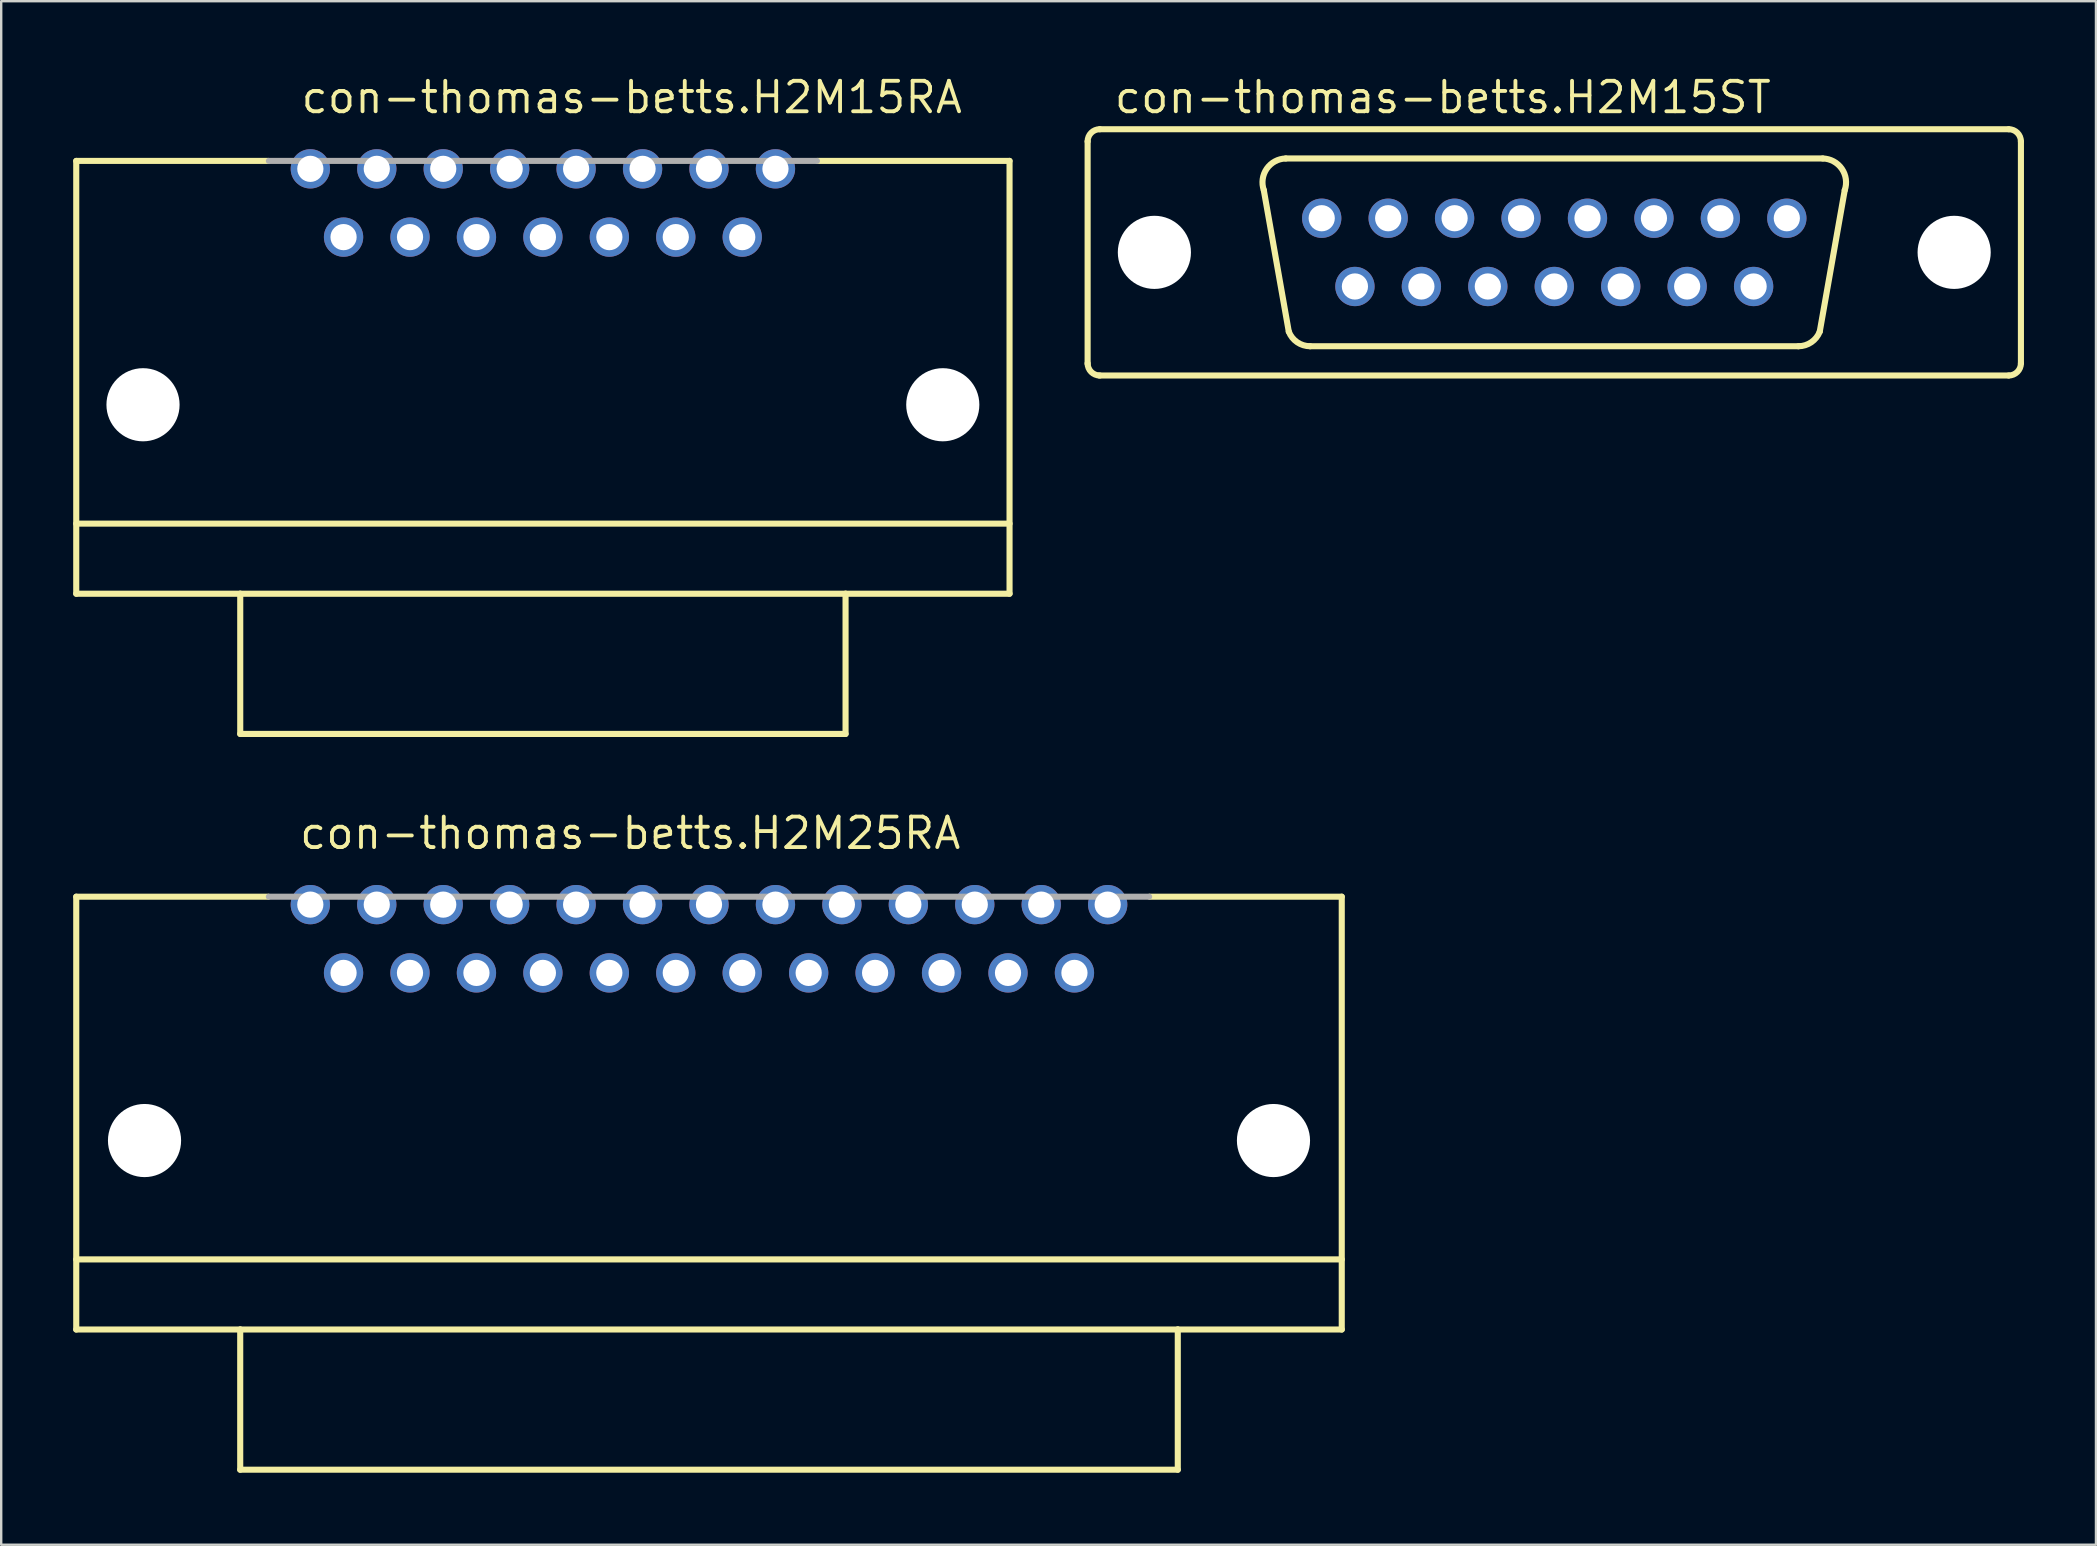
<source format=kicad_pcb>
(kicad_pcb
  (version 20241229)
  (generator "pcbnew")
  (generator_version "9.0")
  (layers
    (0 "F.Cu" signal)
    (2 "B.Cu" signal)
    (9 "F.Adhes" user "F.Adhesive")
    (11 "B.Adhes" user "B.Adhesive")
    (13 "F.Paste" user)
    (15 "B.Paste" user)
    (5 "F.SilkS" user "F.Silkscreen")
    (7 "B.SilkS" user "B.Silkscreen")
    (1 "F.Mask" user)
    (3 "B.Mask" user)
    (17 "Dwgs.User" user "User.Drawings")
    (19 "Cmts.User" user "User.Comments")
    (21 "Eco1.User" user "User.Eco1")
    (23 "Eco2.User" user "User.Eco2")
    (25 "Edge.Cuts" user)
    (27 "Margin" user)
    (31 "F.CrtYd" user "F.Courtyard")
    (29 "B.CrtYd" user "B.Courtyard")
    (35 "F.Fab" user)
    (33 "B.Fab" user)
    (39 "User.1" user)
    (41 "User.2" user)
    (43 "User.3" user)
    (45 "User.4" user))
  (footprint "con-thomas-betts.H2M15ST"
    (layer "F.Cu")
    (at 61.712 7.465)
    (property "Reference" "con-thomas-betts.H2M15ST" (at -18.415 -5.715 0) (layer "F.SilkS") (effects (font (size 1.27 1.27) (thickness 0.16)) (justify left bottom)))
    (attr through_hole)
    (fp_line (start -19.444 4.648) (end -19.444 -4.623) (stroke (width 0.254) (type default)) (layer "F.SilkS"))
    (fp_line (start -18.936 -5.131) (end 18.936 -5.131) (stroke (width 0.254) (type default)) (layer "F.SilkS"))
    (fp_line (start -11.062 3.302) (end -12.103 -2.591) (stroke (width 0.254) (type default)) (layer "F.SilkS"))
    (fp_line (start 10.173 3.912) (end -10.173 3.912) (stroke (width 0.254) (type default)) (layer "F.SilkS"))
    (fp_line (start 11.062 3.302) (end 12.103 -2.591) (stroke (width 0.254) (type default)) (layer "F.SilkS"))
    (fp_line (start 11.189 -3.912) (end -11.189 -3.912) (stroke (width 0.254) (type default)) (layer "F.SilkS"))
    (fp_line (start 18.936 5.131) (end -18.961 5.131) (stroke (width 0.254) (type default)) (layer "F.SilkS"))
    (fp_line (start 19.444 -4.623) (end 19.444 4.623) (stroke (width 0.254) (type default)) (layer "F.SilkS"))
    (fp_arc (start -19.4437 -4.6228) (mid -19.29491 -4.98201) (end -18.9357 -5.1308) (stroke (width 0.254) (type default)) (layer "F.SilkS"))
    (fp_arc (start -18.9357 5.1308) (mid -19.29491 4.98201) (end -19.4437 4.6228) (stroke (width 0.254) (type default)) (layer "F.SilkS"))
    (fp_arc (start -12.1031 -2.5908) (mid -11.981243 -3.483361) (end -11.1887 -3.9116) (stroke (width 0.254) (type default)) (layer "F.SilkS"))
    (fp_arc (start -10.1727 3.9116) (mid -10.711729 3.744654) (end -11.0617 3.302) (stroke (width 0.254) (type default)) (layer "F.SilkS"))
    (fp_arc (start 11.0617 3.302) (mid 10.711729 3.744654) (end 10.1727 3.9116) (stroke (width 0.254) (type default)) (layer "F.SilkS"))
    (fp_arc (start 11.1887 -3.9116) (mid 11.981243 -3.483361) (end 12.1031 -2.5908) (stroke (width 0.254) (type default)) (layer "F.SilkS"))
    (fp_arc (start 18.9357 -5.1308) (mid 19.29491 -4.98201) (end 19.4437 -4.6228) (stroke (width 0.254) (type default)) (layer "F.SilkS"))
    (fp_arc (start 19.4437 4.6228) (mid 19.29491 4.98201) (end 18.9357 5.1308) (stroke (width 0.254) (type default)) (layer "F.SilkS"))
    (pad "" np_thru_hole circle (at -16.662 0) (size 3.048 3.048) (drill 3.048) (layers "*.Cu" "*.Mask"))
    (pad "" np_thru_hole circle (at 16.662 0) (size 3.048 3.048) (drill 3.048) (layers "*.Cu" "*.Mask"))
    (pad "1" thru_hole circle (at -9.69 -1.422) (size 1.638 1.638) (drill 1.092) (layers "*.Cu" "*.Mask"))
    (pad "2" thru_hole circle (at -6.921 -1.422) (size 1.638 1.638) (drill 1.092) (layers "*.Cu" "*.Mask"))
    (pad "3" thru_hole circle (at -4.153 -1.422) (size 1.638 1.638) (drill 1.092) (layers "*.Cu" "*.Mask"))
    (pad "4" thru_hole circle (at -1.384 -1.422) (size 1.638 1.638) (drill 1.092) (layers "*.Cu" "*.Mask"))
    (pad "5" thru_hole circle (at 1.384 -1.422) (size 1.638 1.638) (drill 1.092) (layers "*.Cu" "*.Mask"))
    (pad "6" thru_hole circle (at 4.153 -1.422) (size 1.638 1.638) (drill 1.092) (layers "*.Cu" "*.Mask"))
    (pad "7" thru_hole circle (at 6.921 -1.422) (size 1.638 1.638) (drill 1.092) (layers "*.Cu" "*.Mask"))
    (pad "8" thru_hole circle (at 9.69 -1.422) (size 1.638 1.638) (drill 1.092) (layers "*.Cu" "*.Mask"))
    (pad "9" thru_hole circle (at -8.306 1.422) (size 1.638 1.638) (drill 1.092) (layers "*.Cu" "*.Mask"))
    (pad "10" thru_hole circle (at -5.537 1.422) (size 1.638 1.638) (drill 1.092) (layers "*.Cu" "*.Mask"))
    (pad "11" thru_hole circle (at -2.769 1.422) (size 1.638 1.638) (drill 1.092) (layers "*.Cu" "*.Mask"))
    (pad "12" thru_hole circle (at 0 1.422) (size 1.638 1.638) (drill 1.092) (layers "*.Cu" "*.Mask"))
    (pad "13" thru_hole circle (at 2.769 1.422) (size 1.638 1.638) (drill 1.092) (layers "*.Cu" "*.Mask"))
    (pad "14" thru_hole circle (at 5.537 1.422) (size 1.638 1.638) (drill 1.092) (layers "*.Cu" "*.Mask"))
    (pad "15" thru_hole circle (at 8.306 1.422) (size 1.638 1.638) (drill 1.092) (layers "*.Cu" "*.Mask")))
  (footprint "con-thomas-betts.H2M15RA"
    (layer "F.Cu")
    (at 19.571 11.91)
    (property "Reference" "con-thomas-betts.H2M15RA" (at -10.16 -10.16 0) (layer "F.SilkS") (effects (font (size 1.27 1.27) (thickness 0.16)) (justify left bottom)))
    (attr through_hole)
    (fp_line (start -19.444 -8.255) (end -11.443 -8.255) (stroke (width 0.254) (type default)) (layer "F.SilkS"))
    (fp_line (start -19.444 6.858) (end 19.444 6.858) (stroke (width 0.254) (type default)) (layer "F.SilkS"))
    (fp_line (start -19.444 9.779) (end -19.444 -8.255) (stroke (width 0.254) (type default)) (layer "F.SilkS"))
    (fp_line (start -12.611 9.779) (end -19.444 9.779) (stroke (width 0.254) (type default)) (layer "F.SilkS"))
    (fp_line (start -12.611 9.779) (end 12.611 9.779) (stroke (width 0.254) (type default)) (layer "F.SilkS"))
    (fp_line (start -12.611 15.621) (end -12.611 9.779) (stroke (width 0.254) (type default)) (layer "F.SilkS"))
    (fp_line (start 12.611 9.779) (end 12.611 15.621) (stroke (width 0.254) (type default)) (layer "F.SilkS"))
    (fp_line (start 12.611 15.621) (end -12.611 15.621) (stroke (width 0.254) (type default)) (layer "F.SilkS"))
    (fp_line (start 19.444 -8.255) (end 11.443 -8.255) (stroke (width 0.254) (type default)) (layer "F.SilkS"))
    (fp_line (start 19.444 -8.255) (end 19.444 9.779) (stroke (width 0.254) (type default)) (layer "F.SilkS"))
    (fp_line (start 19.444 9.779) (end 12.611 9.779) (stroke (width 0.254) (type default)) (layer "F.SilkS"))
    (fp_line (start -11.417 -8.255) (end 11.417 -8.255) (stroke (width 0.254) (type default)) (layer "F.Fab"))
    (pad "" np_thru_hole circle (at -16.662 1.905) (size 3.048 3.048) (drill 3.048) (layers "*.Cu" "*.Mask"))
    (pad "" np_thru_hole circle (at 16.662 1.905) (size 3.048 3.048) (drill 3.048) (layers "*.Cu" "*.Mask"))
    (pad "1" thru_hole circle (at -9.69 -7.925) (size 1.638 1.638) (drill 1.092) (layers "*.Cu" "*.Mask"))
    (pad "2" thru_hole circle (at -6.921 -7.925) (size 1.638 1.638) (drill 1.092) (layers "*.Cu" "*.Mask"))
    (pad "3" thru_hole circle (at -4.153 -7.925) (size 1.638 1.638) (drill 1.092) (layers "*.Cu" "*.Mask"))
    (pad "4" thru_hole circle (at -1.384 -7.925) (size 1.638 1.638) (drill 1.092) (layers "*.Cu" "*.Mask"))
    (pad "5" thru_hole circle (at 1.384 -7.925) (size 1.638 1.638) (drill 1.092) (layers "*.Cu" "*.Mask"))
    (pad "6" thru_hole circle (at 4.153 -7.925) (size 1.638 1.638) (drill 1.092) (layers "*.Cu" "*.Mask"))
    (pad "7" thru_hole circle (at 6.921 -7.925) (size 1.638 1.638) (drill 1.092) (layers "*.Cu" "*.Mask"))
    (pad "8" thru_hole circle (at 9.69 -7.925) (size 1.638 1.638) (drill 1.092) (layers "*.Cu" "*.Mask"))
    (pad "9" thru_hole circle (at -8.306 -5.08) (size 1.638 1.638) (drill 1.092) (layers "*.Cu" "*.Mask"))
    (pad "10" thru_hole circle (at -5.537 -5.08) (size 1.638 1.638) (drill 1.092) (layers "*.Cu" "*.Mask"))
    (pad "11" thru_hole circle (at -2.769 -5.08) (size 1.638 1.638) (drill 1.092) (layers "*.Cu" "*.Mask"))
    (pad "12" thru_hole circle (at 0 -5.08) (size 1.638 1.638) (drill 1.092) (layers "*.Cu" "*.Mask"))
    (pad "13" thru_hole circle (at 2.769 -5.08) (size 1.638 1.638) (drill 1.092) (layers "*.Cu" "*.Mask"))
    (pad "14" thru_hole circle (at 5.537 -5.08) (size 1.638 1.638) (drill 1.092) (layers "*.Cu" "*.Mask"))
    (pad "15" thru_hole circle (at 8.306 -5.08) (size 1.638 1.638) (drill 1.092) (layers "*.Cu" "*.Mask")))
  (footprint "con-thomas-betts.H2M25RA"
    (layer "F.Cu")
    (at 26.492 42.568)
    (property "Reference" "con-thomas-betts.H2M25RA" (at -17.145 -10.16 0) (layer "F.SilkS") (effects (font (size 1.27 1.27) (thickness 0.16)) (justify left bottom)))
    (attr through_hole)
    (fp_line (start -26.365 -8.255) (end -18.364 -8.255) (stroke (width 0.254) (type default)) (layer "F.SilkS"))
    (fp_line (start -26.365 6.858) (end 26.365 6.858) (stroke (width 0.254) (type default)) (layer "F.SilkS"))
    (fp_line (start -26.365 9.779) (end -26.365 -8.255) (stroke (width 0.254) (type default)) (layer "F.SilkS"))
    (fp_line (start -19.533 9.779) (end -26.365 9.779) (stroke (width 0.254) (type default)) (layer "F.SilkS"))
    (fp_line (start -19.533 9.779) (end 19.533 9.779) (stroke (width 0.254) (type default)) (layer "F.SilkS"))
    (fp_line (start -19.533 15.621) (end -19.533 9.779) (stroke (width 0.254) (type default)) (layer "F.SilkS"))
    (fp_line (start 19.533 9.779) (end 19.533 15.621) (stroke (width 0.254) (type default)) (layer "F.SilkS"))
    (fp_line (start 19.533 15.621) (end -19.533 15.621) (stroke (width 0.254) (type default)) (layer "F.SilkS"))
    (fp_line (start 26.365 -8.255) (end 18.364 -8.255) (stroke (width 0.254) (type default)) (layer "F.SilkS"))
    (fp_line (start 26.365 -8.255) (end 26.365 9.779) (stroke (width 0.254) (type default)) (layer "F.SilkS"))
    (fp_line (start 26.365 9.779) (end 19.533 9.779) (stroke (width 0.254) (type default)) (layer "F.SilkS"))
    (fp_line (start -18.339 -8.255) (end 18.339 -8.255) (stroke (width 0.254) (type default)) (layer "F.Fab"))
    (pad "" np_thru_hole circle (at -23.52 1.905) (size 3.048 3.048) (drill 3.048) (layers "*.Cu" "*.Mask"))
    (pad "" np_thru_hole circle (at 23.52 1.905) (size 3.048 3.048) (drill 3.048) (layers "*.Cu" "*.Mask"))
    (pad "1" thru_hole circle (at -16.612 -7.925) (size 1.638 1.638) (drill 1.092) (layers "*.Cu" "*.Mask"))
    (pad "2" thru_hole circle (at -13.843 -7.925) (size 1.638 1.638) (drill 1.092) (layers "*.Cu" "*.Mask"))
    (pad "3" thru_hole circle (at -11.074 -7.925) (size 1.638 1.638) (drill 1.092) (layers "*.Cu" "*.Mask"))
    (pad "4" thru_hole circle (at -8.306 -7.925) (size 1.638 1.638) (drill 1.092) (layers "*.Cu" "*.Mask"))
    (pad "5" thru_hole circle (at -5.537 -7.925) (size 1.638 1.638) (drill 1.092) (layers "*.Cu" "*.Mask"))
    (pad "6" thru_hole circle (at -2.769 -7.925) (size 1.638 1.638) (drill 1.092) (layers "*.Cu" "*.Mask"))
    (pad "7" thru_hole circle (at 0 -7.925) (size 1.638 1.638) (drill 1.092) (layers "*.Cu" "*.Mask"))
    (pad "8" thru_hole circle (at 2.769 -7.925) (size 1.638 1.638) (drill 1.092) (layers "*.Cu" "*.Mask"))
    (pad "9" thru_hole circle (at 5.537 -7.925) (size 1.638 1.638) (drill 1.092) (layers "*.Cu" "*.Mask"))
    (pad "10" thru_hole circle (at 8.306 -7.925) (size 1.638 1.638) (drill 1.092) (layers "*.Cu" "*.Mask"))
    (pad "11" thru_hole circle (at 11.074 -7.925) (size 1.638 1.638) (drill 1.092) (layers "*.Cu" "*.Mask"))
    (pad "12" thru_hole circle (at 13.843 -7.925) (size 1.638 1.638) (drill 1.092) (layers "*.Cu" "*.Mask"))
    (pad "13" thru_hole circle (at 16.612 -7.925) (size 1.638 1.638) (drill 1.092) (layers "*.Cu" "*.Mask"))
    (pad "14" thru_hole circle (at -15.227 -5.08) (size 1.638 1.638) (drill 1.092) (layers "*.Cu" "*.Mask"))
    (pad "15" thru_hole circle (at -12.459 -5.08) (size 1.638 1.638) (drill 1.092) (layers "*.Cu" "*.Mask"))
    (pad "16" thru_hole circle (at -9.69 -5.08) (size 1.638 1.638) (drill 1.092) (layers "*.Cu" "*.Mask"))
    (pad "17" thru_hole circle (at -6.921 -5.08) (size 1.638 1.638) (drill 1.092) (layers "*.Cu" "*.Mask"))
    (pad "18" thru_hole circle (at -4.153 -5.08) (size 1.638 1.638) (drill 1.092) (layers "*.Cu" "*.Mask"))
    (pad "19" thru_hole circle (at -1.384 -5.08) (size 1.638 1.638) (drill 1.092) (layers "*.Cu" "*.Mask"))
    (pad "20" thru_hole circle (at 1.384 -5.08) (size 1.638 1.638) (drill 1.092) (layers "*.Cu" "*.Mask"))
    (pad "21" thru_hole circle (at 4.153 -5.08) (size 1.638 1.638) (drill 1.092) (layers "*.Cu" "*.Mask"))
    (pad "22" thru_hole circle (at 6.921 -5.08) (size 1.638 1.638) (drill 1.092) (layers "*.Cu" "*.Mask"))
    (pad "23" thru_hole circle (at 9.69 -5.08) (size 1.638 1.638) (drill 1.092) (layers "*.Cu" "*.Mask"))
    (pad "24" thru_hole circle (at 12.459 -5.08) (size 1.638 1.638) (drill 1.092) (layers "*.Cu" "*.Mask"))
    (pad "25" thru_hole circle (at 15.227 -5.08) (size 1.638 1.638) (drill 1.092) (layers "*.Cu" "*.Mask")))
  (gr_rect
    (start -3 -3)
    (end 84.283 61.316)
    (stroke (width 0.1) (type default))
    (fill no)
    (layer "Edge.Cuts")))
</source>
